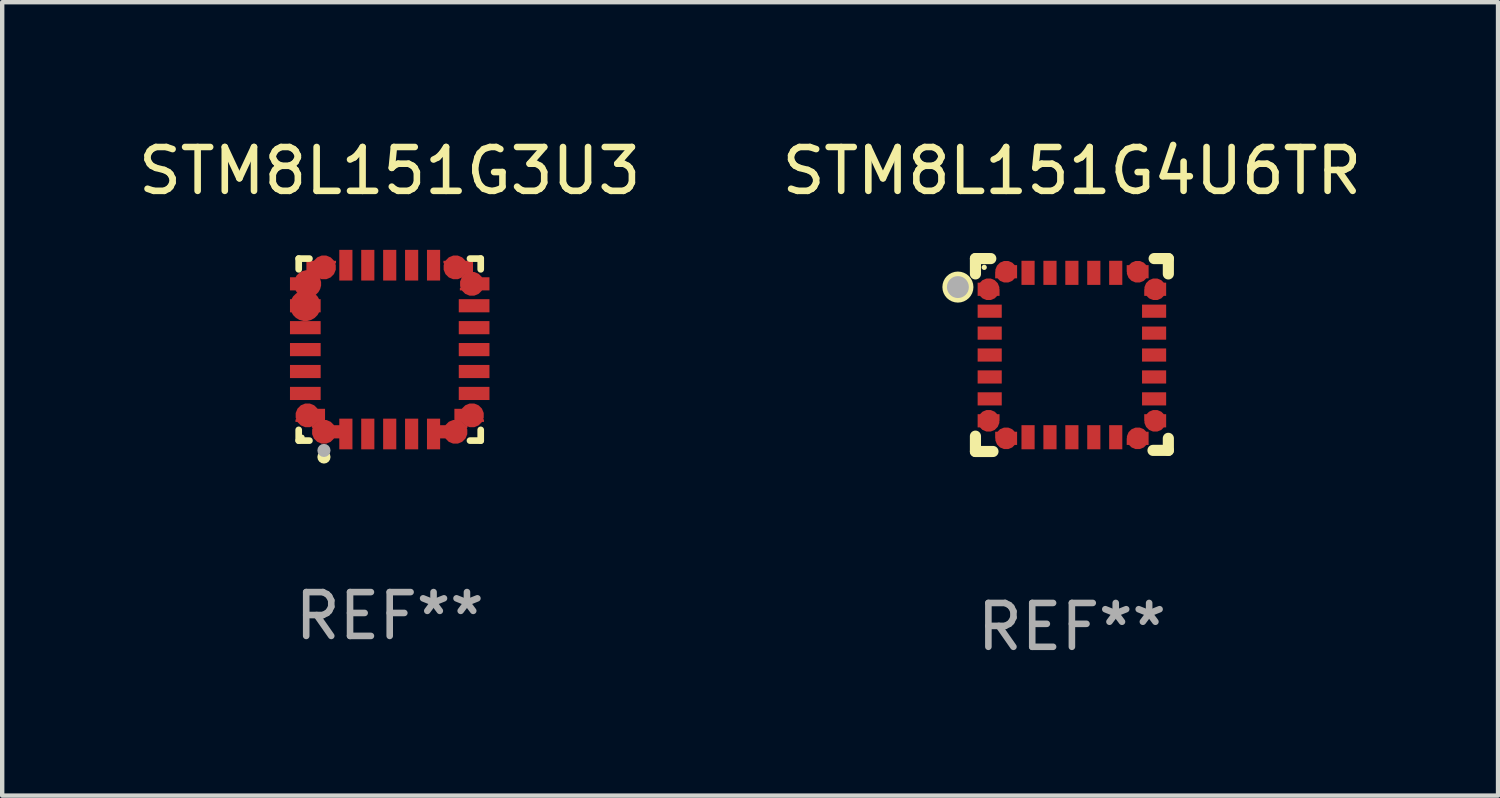
<source format=kicad_pcb>
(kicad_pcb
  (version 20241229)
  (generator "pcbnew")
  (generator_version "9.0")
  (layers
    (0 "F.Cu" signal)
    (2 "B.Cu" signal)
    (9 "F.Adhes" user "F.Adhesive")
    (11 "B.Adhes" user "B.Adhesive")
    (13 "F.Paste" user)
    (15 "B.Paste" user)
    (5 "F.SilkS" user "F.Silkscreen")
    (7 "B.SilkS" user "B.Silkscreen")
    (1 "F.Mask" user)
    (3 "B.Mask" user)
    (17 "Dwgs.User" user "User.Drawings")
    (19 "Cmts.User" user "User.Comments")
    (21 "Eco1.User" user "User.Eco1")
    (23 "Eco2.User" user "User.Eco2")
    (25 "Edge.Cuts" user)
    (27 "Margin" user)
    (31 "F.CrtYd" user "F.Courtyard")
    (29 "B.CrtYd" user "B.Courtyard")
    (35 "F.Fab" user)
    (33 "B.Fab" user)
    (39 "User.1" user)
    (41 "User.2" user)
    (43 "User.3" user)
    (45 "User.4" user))
  (footprint "STM8L151G3U3"
    (layer "F.Cu")
    (at 5.839 4.924)
    (property "Reference" "STM8L151G3U3" (at 0 -4.076 0) (layer "F.SilkS") (effects (font (size 1 1) (thickness 0.15))))
    (attr through_hole)
    (fp_line (start -2.076 -2.076) (end -1.831 -2.076) (stroke (width 0.152) (type solid)) (layer "F.SilkS"))
    (fp_line (start -2.076 -1.831) (end -2.076 -2.076) (stroke (width 0.152) (type solid)) (layer "F.SilkS"))
    (fp_line (start -2.076 1.831) (end -2.076 2.076) (stroke (width 0.152) (type solid)) (layer "F.SilkS"))
    (fp_line (start -2.076 2.076) (end -1.831 2.076) (stroke (width 0.152) (type solid)) (layer "F.SilkS"))
    (fp_line (start 2.076 -2.076) (end 1.831 -2.076) (stroke (width 0.152) (type solid)) (layer "F.SilkS"))
    (fp_line (start 2.076 -1.831) (end 2.076 -2.076) (stroke (width 0.152) (type solid)) (layer "F.SilkS"))
    (fp_line (start 2.076 1.831) (end 2.076 2.076) (stroke (width 0.152) (type solid)) (layer "F.SilkS"))
    (fp_line (start 2.076 2.076) (end 1.831 2.076) (stroke (width 0.152) (type solid)) (layer "F.SilkS"))
    (fp_circle (center -2 2) (end -1.97 2) (stroke (width 0.06) (type solid)) (fill no) (layer "F.SilkS"))
    (fp_circle (center -1.5 2.45) (end -1.425 2.45) (stroke (width 0.15) (type solid)) (fill no) (layer "F.SilkS"))
    (fp_circle (center -1.5 2.3) (end -1.425 2.3) (stroke (width 0.15) (type solid)) (fill no) (layer "F.Fab"))
    (fp_text user "REF**" (at 0 6.076 0) (layer "F.Fab") (effects (font (size 1 1) (thickness 0.15))))
    (pad "1" smd custom (at -1.5 1.875 90) (size 0.55 0.3) (layers "F.Cu" "F.Mask" "F.Paste") (options (anchor circle)) (primitives (gr_poly (pts (xy -0.15 -0.025) (xy -0.15 0.4) (xy 0.15 0.4) (xy 0.15 -0.275) (xy 0.1 -0.275)) (width 0) (fill yes))))
    (pad "2" smd rect (at -1 1.925) (size 0.3 0.7) (layers "F.Cu" "F.Mask" "F.Paste"))
    (pad "3" smd rect (at -0.5 1.925) (size 0.3 0.7) (layers "F.Cu" "F.Mask" "F.Paste"))
    (pad "4" smd rect (at 0 1.925) (size 0.3 0.7) (layers "F.Cu" "F.Mask" "F.Paste"))
    (pad "5" smd rect (at 0.5 1.925) (size 0.3 0.7) (layers "F.Cu" "F.Mask" "F.Paste"))
    (pad "6" smd rect (at 1 1.925) (size 0.3 0.7) (layers "F.Cu" "F.Mask" "F.Paste"))
    (pad "7" smd custom (at 1.5 1.875 270) (size 0.55 0.3) (layers "F.Cu" "F.Mask" "F.Paste") (options (anchor circle)) (primitives (gr_poly (pts (xy 0.15 -0.025) (xy 0.15 0.4) (xy -0.15 0.4) (xy -0.15 -0.275) (xy -0.1 -0.275)) (width 0) (fill yes))))
    (pad "8" smd custom (at 1.875 1.5 180) (size 0.55 0.3) (layers "F.Cu" "F.Mask" "F.Paste") (options (anchor circle)) (primitives (gr_poly (pts (xy -0.025 0.15) (xy 0.4 0.15) (xy 0.4 -0.15) (xy -0.275 -0.15) (xy -0.275 -0.1)) (width 0) (fill yes))))
    (pad "9" smd rect (at 1.925 1) (size 0.7 0.3) (layers "F.Cu" "F.Mask" "F.Paste"))
    (pad "10" smd rect (at 1.925 0.5) (size 0.7 0.3) (layers "F.Cu" "F.Mask" "F.Paste"))
    (pad "11" smd rect (at 1.925 0) (size 0.7 0.3) (layers "F.Cu" "F.Mask" "F.Paste"))
    (pad "12" smd rect (at 1.925 -0.5) (size 0.7 0.3) (layers "F.Cu" "F.Mask" "F.Paste"))
    (pad "13" smd rect (at 1.925 -1) (size 0.7 0.3) (layers "F.Cu" "F.Mask" "F.Paste"))
    (pad "14" smd custom (at 1.875 -1.5) (size 0.55 0.3) (layers "F.Cu" "F.Mask" "F.Paste") (options (anchor circle)) (primitives (gr_poly (pts (xy -0.025 -0.15) (xy 0.4 -0.15) (xy 0.4 0.15) (xy -0.275 0.15) (xy -0.275 0.1)) (width 0) (fill yes))))
    (pad "15" smd custom (at 1.5 -1.875 270) (size 0.55 0.3) (layers "F.Cu" "F.Mask" "F.Paste") (options (anchor circle)) (primitives (gr_poly (pts (xy 0.15 0.025) (xy 0.15 -0.4) (xy -0.15 -0.4) (xy -0.15 0.275) (xy -0.1 0.275)) (width 0) (fill yes))))
    (pad "16" smd rect (at 1 -1.925) (size 0.3 0.7) (layers "F.Cu" "F.Mask" "F.Paste"))
    (pad "17" smd rect (at 0.5 -1.925) (size 0.3 0.7) (layers "F.Cu" "F.Mask" "F.Paste"))
    (pad "18" smd rect (at 0 -1.925) (size 0.3 0.7) (layers "F.Cu" "F.Mask" "F.Paste"))
    (pad "19" smd rect (at -0.5 -1.925) (size 0.3 0.7) (layers "F.Cu" "F.Mask" "F.Paste"))
    (pad "20" smd rect (at -1 -1.925) (size 0.3 0.7) (layers "F.Cu" "F.Mask" "F.Paste"))
    (pad "21" smd custom (at -1.5 -1.875 90) (size 0.55 0.3) (layers "F.Cu" "F.Mask" "F.Paste") (options (anchor circle)) (primitives (gr_poly (pts (xy -0.15 0.025) (xy -0.15 -0.4) (xy 0.15 -0.4) (xy 0.15 0.275) (xy 0.1 0.275)) (width 0) (fill yes))))
    (pad "22" smd custom (at -1.875 -1.5) (size 0.625 0.3) (layers "F.Cu" "F.Mask" "F.Paste") (options (anchor circle)) (primitives (gr_poly (pts (xy 0.025 -0.15) (xy -0.4 -0.15) (xy -0.4 0.15) (xy 0.275 0.15) (xy 0.275 0.1)) (width 0) (fill yes))))
    (pad "23" smd custom (at -1.925 -1) (size 0.7 0.3) (layers "F.Cu" "F.Mask" "F.Paste") (options (anchor circle)) (primitives (gr_poly (pts (xy -0.35 -0.15) (xy 0.35 -0.15) (xy 0.35 0.15) (xy -0.35 0.15)) (width 0) (fill yes))))
    (pad "24" smd rect (at -1.925 -0.5) (size 0.7 0.3) (layers "F.Cu" "F.Mask" "F.Paste"))
    (pad "25" smd rect (at -1.925 0) (size 0.7 0.3) (layers "F.Cu" "F.Mask" "F.Paste"))
    (pad "26" smd rect (at -1.925 0.5) (size 0.7 0.3) (layers "F.Cu" "F.Mask" "F.Paste"))
    (pad "27" smd rect (at -1.925 1) (size 0.7 0.3) (layers "F.Cu" "F.Mask" "F.Paste"))
    (pad "28" smd custom (at -1.875 1.5 180) (size 0.55 0.3) (layers "F.Cu" "F.Mask" "F.Paste") (options (anchor circle)) (primitives (gr_poly (pts (xy 0.025 0.15) (xy -0.4 0.15) (xy -0.4 -0.15) (xy 0.275 -0.15) (xy 0.275 -0.1)) (width 0) (fill yes)))))
  (footprint "STM8L151G4U6TR"
    (layer "F.Cu")
    (at 21.399 5.048)
    (property "Reference" "STM8L151G4U6TR" (at 0 -4.2 0) (layer "F.SilkS") (effects (font (size 1 1) (thickness 0.15))))
    (attr through_hole)
    (fp_line (start -2.2 1.85) (end -2.2 2.2) (stroke (width 0.254) (type solid)) (layer "F.SilkS"))
    (fp_line (start -2.2 2.2) (end -1.8 2.2) (stroke (width 0.254) (type solid)) (layer "F.SilkS"))
    (fp_line (start -2.2 -2.2) (end -2.2 -1.85) (stroke (width 0.254) (type solid)) (layer "F.SilkS"))
    (fp_line (start -1.85 -2.2) (end -2.2 -2.2) (stroke (width 0.254) (type solid)) (layer "F.SilkS"))
    (fp_line (start 1.876 -2.2) (end 2.2 -2.2) (stroke (width 0.254) (type solid)) (layer "F.SilkS"))
    (fp_line (start 2.2 -2.2) (end 2.2 -1.85) (stroke (width 0.254) (type solid)) (layer "F.SilkS"))
    (fp_line (start 2.2 1.9) (end 2.2 2.175) (stroke (width 0.254) (type solid)) (layer "F.SilkS"))
    (fp_line (start 2.2 2.175) (end 1.85 2.175) (stroke (width 0.254) (type solid)) (layer "F.SilkS"))
    (fp_circle (center -2.6 -1.55) (end -2.5 -1.55) (stroke (width 0.254) (type solid)) (fill no) (layer "F.SilkS"))
    (fp_circle (center -2 -2) (end -1.97 -2) (stroke (width 0.06) (type solid)) (fill no) (layer "F.SilkS"))
    (fp_circle (center -2.6 -1.55) (end -2.475 -1.55) (stroke (width 0.25) (type solid)) (fill no) (layer "F.Fab"))
    (fp_text user "REF**" (at 0 6.2 0) (layer "F.Fab") (effects (font (size 1 1) (thickness 0.15))))
    (pad "1" smd custom (at -1.9 -1.5) (size 0.5 0.3) (layers "F.Cu" "F.Mask" "F.Paste") (options (anchor circle)) (primitives (gr_poly (pts (xy -0.25 0.15) (xy 0.25 0.15) (xy 0.25 -0.000076) (xy 0.1 -0.15) (xy -0.25 -0.15)) (width 0) (fill yes))))
    (pad "2" smd rect (at -1.875 -1 90) (size 0.3 0.55) (layers "F.Cu" "F.Mask" "F.Paste"))
    (pad "3" smd rect (at -1.875 -0.5 90) (size 0.3 0.55) (layers "F.Cu" "F.Mask" "F.Paste"))
    (pad "4" smd rect (at -1.875 -0.000152 90) (size 0.3 0.55) (layers "F.Cu" "F.Mask" "F.Paste"))
    (pad "5" smd rect (at -1.875 0.5 90) (size 0.3 0.55) (layers "F.Cu" "F.Mask" "F.Paste"))
    (pad "6" smd rect (at -1.875 1 90) (size 0.3 0.55) (layers "F.Cu" "F.Mask" "F.Paste"))
    (pad "7" smd custom (at -1.9 1.5) (size 0.5 0.3) (layers "F.Cu" "F.Mask" "F.Paste") (options (anchor circle)) (primitives (gr_poly (pts (xy -0.25 -0.15) (xy 0.25 -0.15) (xy 0.25 -0.000102) (xy 0.1 0.15) (xy -0.25 0.15)) (width 0) (fill yes))))
    (pad "8" smd custom (at -1.5 1.9 90) (size 0.5 0.3) (layers "F.Cu" "F.Mask" "F.Paste") (options (anchor circle)) (primitives (gr_poly (pts (xy 0.15 0.25) (xy 0.15 -0.25) (xy -0.000127 -0.25) (xy -0.15 -0.1) (xy -0.15 0.25)) (width 0) (fill yes))))
    (pad "9" smd rect (at -1 1.875) (size 0.3 0.55) (layers "F.Cu" "F.Mask" "F.Paste"))
    (pad "10" smd rect (at -0.5 1.875) (size 0.3 0.55) (layers "F.Cu" "F.Mask" "F.Paste"))
    (pad "11" smd rect (at -0.000152 1.875) (size 0.3 0.55) (layers "F.Cu" "F.Mask" "F.Paste"))
    (pad "12" smd rect (at 0.5 1.875) (size 0.3 0.55) (layers "F.Cu" "F.Mask" "F.Paste"))
    (pad "13" smd rect (at 1 1.875) (size 0.3 0.55) (layers "F.Cu" "F.Mask" "F.Paste"))
    (pad "14" smd custom (at 1.5 1.9 90) (size 0.5 0.3) (layers "F.Cu" "F.Mask" "F.Paste") (options (anchor circle)) (primitives (gr_poly (pts (xy -0.15 0.25) (xy -0.15 -0.25) (xy -0.000051 -0.25) (xy 0.15 -0.1) (xy 0.15 0.25)) (width 0) (fill yes))))
    (pad "15" smd custom (at 1.9 1.5) (size 0.5 0.3) (layers "F.Cu" "F.Mask" "F.Paste") (options (anchor circle)) (primitives (gr_poly (pts (xy 0.25 -0.15) (xy -0.25 -0.15) (xy -0.25 -0.000076) (xy -0.1 0.15) (xy 0.25 0.15)) (width 0) (fill yes))))
    (pad "16" smd rect (at 1.875 1 90) (size 0.3 0.55) (layers "F.Cu" "F.Mask" "F.Paste"))
    (pad "17" smd rect (at 1.875 0.5 90) (size 0.3 0.55) (layers "F.Cu" "F.Mask" "F.Paste"))
    (pad "18" smd rect (at 1.875 -0.000152 90) (size 0.3 0.55) (layers "F.Cu" "F.Mask" "F.Paste"))
    (pad "19" smd rect (at 1.875 -0.5 90) (size 0.3 0.55) (layers "F.Cu" "F.Mask" "F.Paste"))
    (pad "20" smd rect (at 1.875 -1 90) (size 0.3 0.55) (layers "F.Cu" "F.Mask" "F.Paste"))
    (pad "21" smd custom (at 1.9 -1.5) (size 0.5 0.3) (layers "F.Cu" "F.Mask" "F.Paste") (options (anchor circle)) (primitives (gr_poly (pts (xy 0.25 0.15) (xy -0.25 0.15) (xy -0.25 -0.000102) (xy -0.1 -0.15) (xy 0.25 -0.15)) (width 0) (fill yes))))
    (pad "22" smd custom (at 1.5 -1.9 270) (size 0.5 0.3) (layers "F.Cu" "F.Mask" "F.Paste") (options (anchor circle)) (primitives (gr_poly (pts (xy -0.15 -0.25) (xy -0.15 0.25) (xy 0.000025 0.25) (xy 0.15 0.1) (xy 0.15 -0.25)) (width 0) (fill yes))))
    (pad "23" smd rect (at 1 -1.875) (size 0.3 0.55) (layers "F.Cu" "F.Mask" "F.Paste"))
    (pad "24" smd rect (at 0.5 -1.875) (size 0.3 0.55) (layers "F.Cu" "F.Mask" "F.Paste"))
    (pad "25" smd rect (at -0.000152 -1.875) (size 0.3 0.55) (layers "F.Cu" "F.Mask" "F.Paste"))
    (pad "26" smd rect (at -0.5 -1.875) (size 0.3 0.55) (layers "F.Cu" "F.Mask" "F.Paste"))
    (pad "27" smd rect (at -1 -1.875) (size 0.3 0.55) (layers "F.Cu" "F.Mask" "F.Paste"))
    (pad "28" smd custom (at -1.5 -1.9 270) (size 0.5 0.3) (layers "F.Cu" "F.Mask" "F.Paste") (options (anchor circle)) (primitives (gr_poly (pts (xy 0.15 -0.25) (xy 0.15 0.25) (xy -0.000127 0.25) (xy -0.15 0.1) (xy -0.15 -0.25)) (width 0) (fill yes)))))
  (gr_rect
    (start -3 -3)
    (end 31.119 15.097)
    (stroke (width 0.1) (type default))
    (fill no)
    (layer "Edge.Cuts")))
</source>
